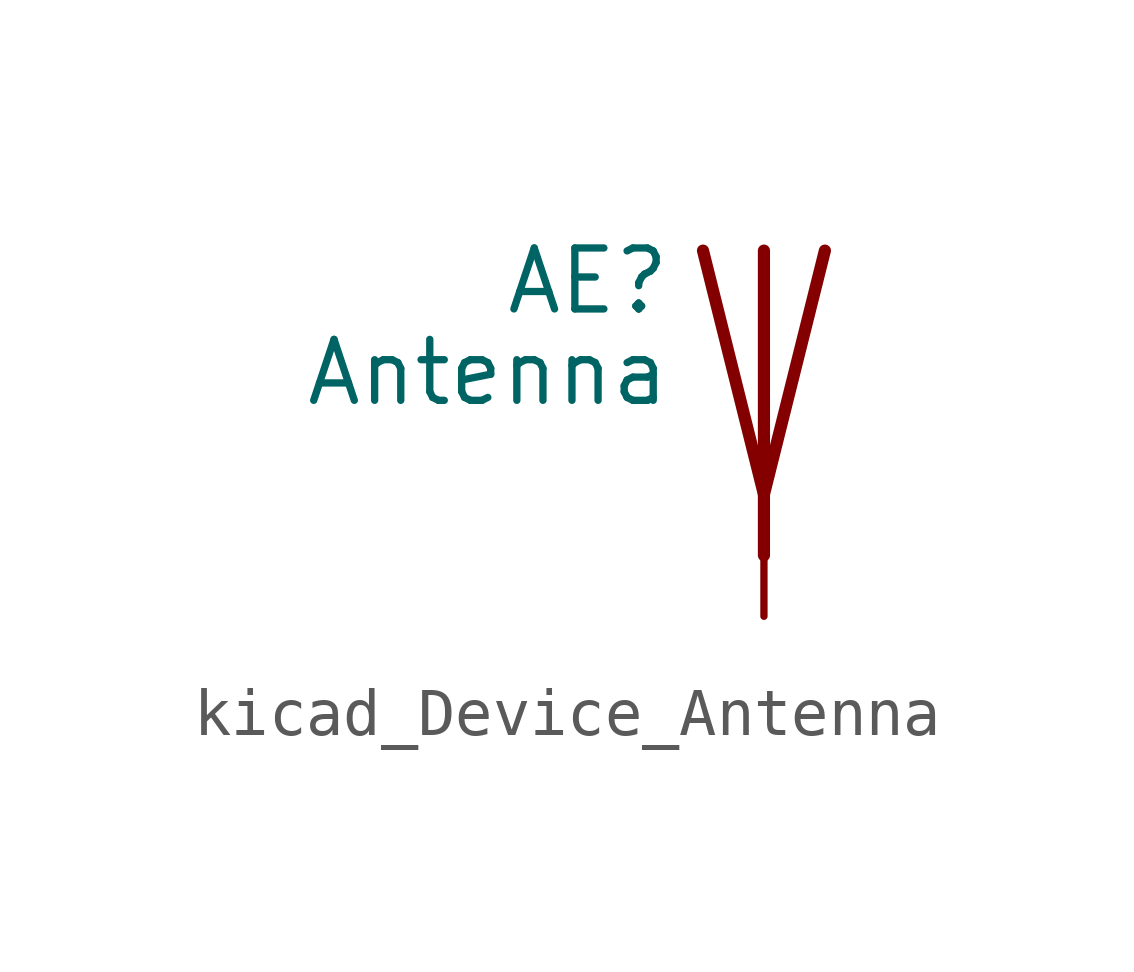
<source format=kicad_sym>
(kicad_symbol_lib
  (version 20220914)
  (generator kicad_symbol_editor)
  (symbol "kicad_Device_Antenna"
    (pin_numbers hide)
    (pin_names
      (offset 1.016) hide)
    (property "Reference" "AE"
      (at -1.905 1.905 0)
      (effects (font (size 1.27 1.27)) (justify right)))
    (property "Value" "Antenna"
      (at -1.905 0 0)
      (effects (font (size 1.27 1.27)) (justify right)))
    (symbol "kicad_Device_Antenna_0_1"
      (polyline (pts (xy 0 2.54) (xy 0 -3.81)) (stroke (width 0.254) (type default)) (fill (type none)))
      (polyline (pts (xy 1.27 2.54) (xy 0 -2.54) (xy -1.27 2.54)) (stroke (width 0.254) (type default)) (fill (type none))))
    (symbol "kicad_Device_Antenna_1_1"
      (pin input line (at 0 -5.08 90) (length 2.54) (name "A" (effects (font (size 1.27 1.27)))) (number "1" (effects (font (size 1.27 1.27))))))))
</source>
